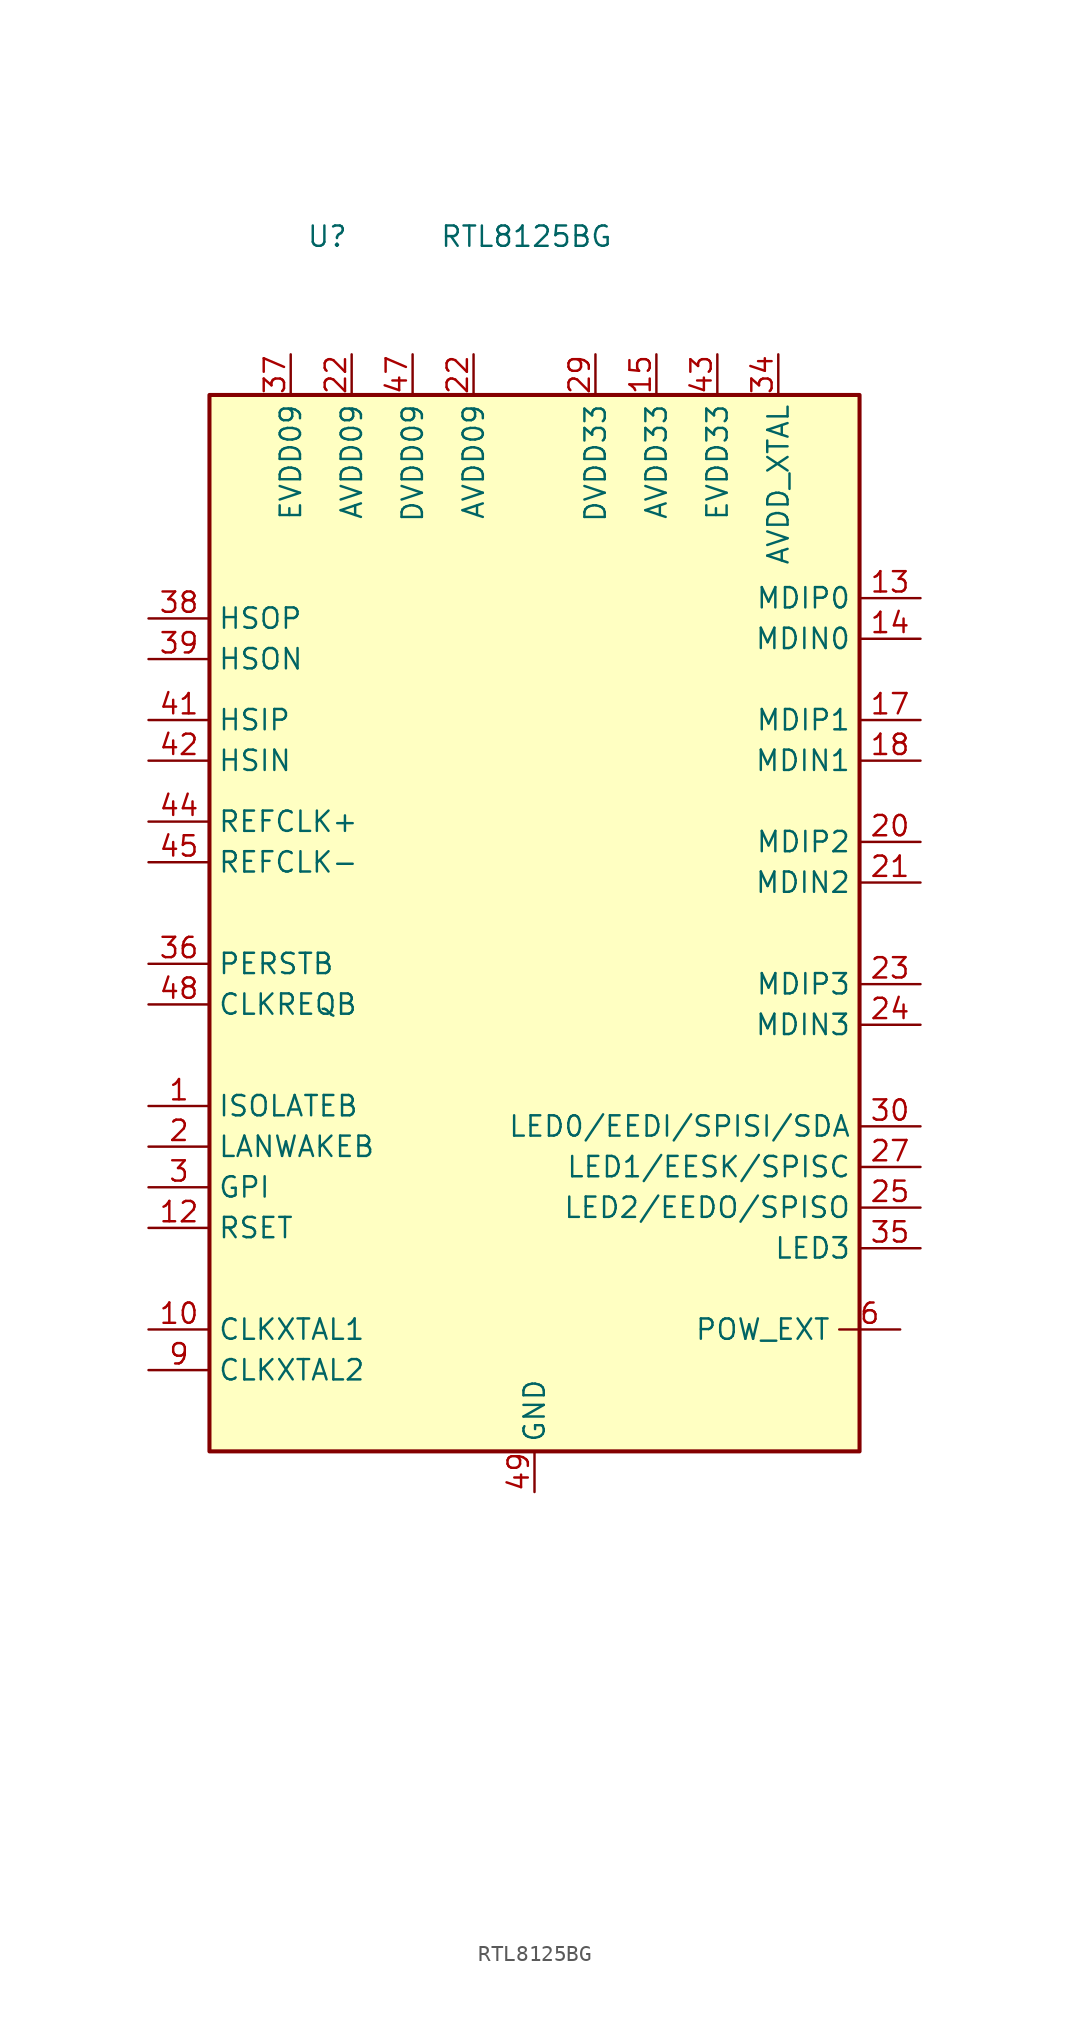
<source format=kicad_sym>
(kicad_symbol_lib
  (version 20231120)
  (generator "kicad_symbol_editor")
  (generator_version "8.0")
  (symbol "RTL8125BG"
    (property "Reference" "U"
      (at -12.954 41.656 0)
      (effects (font (size 1.27 1.27))))
    (property "Value" "RTL8125BG"
      (at -0.508 41.656 0)
      (effects (font (size 1.27 1.27))))
    (symbol "RTL8125BG_1_1"
      (text_box "\n\n" (at -20.32 31.75 0) (size 40.64 -66.04) (stroke (width 0.254) (type default)) (fill (type color) (color 255 255 194 1)) (effects (font (size 1.27 1.27)) (justify left top)))
      (pin input line (at -24.13 -12.7 0) (length 3.81) (name "ISOLATEB" (effects (font (size 1.27 1.27)))) (number "1" (effects (font (size 1.27 1.27)))))
      (pin input line (at -24.13 -26.67 0) (length 3.81) (name "CLKXTAL1" (effects (font (size 1.27 1.27)))) (number "10" (effects (font (size 1.27 1.27)))))
      (pin power_in line (at -3.81 34.29 270) (length 2.54) hide (name "AVDD09" (effects (font (size 1.27 1.27)))) (number "11" (effects (font (size 1.27 1.27)))))
      (pin input line (at -24.13 -20.32 0) (length 3.81) (name "RSET" (effects (font (size 1.27 1.27)))) (number "12" (effects (font (size 1.27 1.27)))))
      (pin output line (at 24.13 19.05 180) (length 3.81) (name "MDIP0" (effects (font (size 1.27 1.27)))) (number "13" (effects (font (size 1.27 1.27)))))
      (pin output line (at 24.13 16.51 180) (length 3.81) (name "MDIN0" (effects (font (size 1.27 1.27)))) (number "14" (effects (font (size 1.27 1.27)))))
      (pin power_in line (at 7.62 34.29 270) (length 2.54) (name "AVDD33" (effects (font (size 1.27 1.27)))) (number "15" (effects (font (size 1.27 1.27)))))
      (pin power_in line (at -3.81 34.29 270) (length 2.54) hide (name "AVDD" (effects (font (size 1.27 1.27)))) (number "16" (effects (font (size 1.27 1.27)))))
      (pin output line (at 24.13 11.43 180) (length 3.81) (name "MDIP1" (effects (font (size 1.27 1.27)))) (number "17" (effects (font (size 1.27 1.27)))))
      (pin output line (at 24.13 8.89 180) (length 3.81) (name "MDIN1" (effects (font (size 1.27 1.27)))) (number "18" (effects (font (size 1.27 1.27)))))
      (pin power_in line (at 7.62 34.29 270) (length 2.54) hide (name "AVDD33" (effects (font (size 1.27 1.27)))) (number "19" (effects (font (size 1.27 1.27)))))
      (pin input line (at -24.13 -15.24 0) (length 3.81) (name "LANWAKEB" (effects (font (size 1.27 1.27)))) (number "2" (effects (font (size 1.27 1.27)))))
      (pin output line (at 24.13 3.81 180) (length 3.81) (name "MDIP2" (effects (font (size 1.27 1.27)))) (number "20" (effects (font (size 1.27 1.27)))))
      (pin output line (at 24.13 1.27 180) (length 3.81) (name "MDIN2" (effects (font (size 1.27 1.27)))) (number "21" (effects (font (size 1.27 1.27)))))
      (pin power_in line (at -11.43 34.29 270) (length 2.54) (name "AVDD09" (effects (font (size 1.27 1.27)))) (number "22" (effects (font (size 1.27 1.27)))))
      (pin power_in line (at -3.81 34.29 270) (length 2.54) (name "AVDD09" (effects (font (size 1.27 1.27)))) (number "22" (effects (font (size 1.27 1.27)))))
      (pin output line (at 24.13 -5.08 180) (length 3.81) (name "MDIP3" (effects (font (size 1.27 1.27)))) (number "23" (effects (font (size 1.27 1.27)))))
      (pin output line (at 24.13 -7.62 180) (length 3.81) (name "MDIN3" (effects (font (size 1.27 1.27)))) (number "24" (effects (font (size 1.27 1.27)))))
      (pin output line (at 24.13 -19.05 180) (length 3.81) (name "LED2/EEDO/SPISO" (effects (font (size 1.27 1.27)))) (number "25" (effects (font (size 1.27 1.27)))))
      (pin output line (at 24.13 -16.51 180) (length 3.81) (name "LED1/EESK/SPISC" (effects (font (size 1.27 1.27)))) (number "27" (effects (font (size 1.27 1.27)))))
      (pin power_in line (at -7.62 34.29 270) (length 2.54) hide (name "DVDD09" (effects (font (size 1.27 1.27)))) (number "28" (effects (font (size 1.27 1.27)))))
      (pin power_in line (at 3.81 34.29 270) (length 2.54) (name "DVDD33" (effects (font (size 1.27 1.27)))) (number "29" (effects (font (size 1.27 1.27)))))
      (pin input line (at -24.13 -17.78 0) (length 3.81) (name "GPI" (effects (font (size 1.27 1.27)))) (number "3" (effects (font (size 1.27 1.27)))))
      (pin output line (at 24.13 -13.97 180) (length 3.81) (name "LED0/EEDI/SPISI/SDA" (effects (font (size 1.27 1.27)))) (number "30" (effects (font (size 1.27 1.27)))))
      (pin power_in line (at 7.62 34.29 270) (length 2.54) hide (name "AVDD33" (effects (font (size 1.27 1.27)))) (number "33" (effects (font (size 1.27 1.27)))))
      (pin power_in line (at 15.24 34.29 270) (length 2.54) (name "AVDD_XTAL" (effects (font (size 1.27 1.27)))) (number "34" (effects (font (size 1.27 1.27)))))
      (pin output line (at 24.13 -21.59 180) (length 3.81) (name "LED3" (effects (font (size 1.27 1.27)))) (number "35" (effects (font (size 1.27 1.27)))))
      (pin input line (at -24.13 -3.81 0) (length 3.81) (name "PERSTB" (effects (font (size 1.27 1.27)))) (number "36" (effects (font (size 1.27 1.27)))))
      (pin power_in line (at -15.24 34.29 270) (length 2.54) (name "EVDD09" (effects (font (size 1.27 1.27)))) (number "37" (effects (font (size 1.27 1.27)))))
      (pin output line (at -24.13 17.78 0) (length 3.81) (name "HSOP" (effects (font (size 1.27 1.27)))) (number "38" (effects (font (size 1.27 1.27)))))
      (pin output line (at -24.13 15.24 0) (length 3.81) (name "HSON" (effects (font (size 1.27 1.27)))) (number "39" (effects (font (size 1.27 1.27)))))
      (pin power_in line (at -1.27 -54.61 90) (length 2.54) hide (name "GND" (effects (font (size 1.27 1.27)))) (number "40" (effects (font (size 1.27 1.27)))))
      (pin input line (at -24.13 11.43 0) (length 3.81) (name "HSIP" (effects (font (size 1.27 1.27)))) (number "41" (effects (font (size 1.27 1.27)))))
      (pin input line (at -24.13 8.89 0) (length 3.81) (name "HSIN" (effects (font (size 1.27 1.27)))) (number "42" (effects (font (size 1.27 1.27)))))
      (pin power_in line (at 11.43 34.29 270) (length 2.54) (name "EVDD33" (effects (font (size 1.27 1.27)))) (number "43" (effects (font (size 1.27 1.27)))))
      (pin input line (at -24.13 5.08 0) (length 3.81) (name "REFCLK+" (effects (font (size 1.27 1.27)))) (number "44" (effects (font (size 1.27 1.27)))))
      (pin input line (at -24.13 2.54 0) (length 3.81) (name "REFCLK-" (effects (font (size 1.27 1.27)))) (number "45" (effects (font (size 1.27 1.27)))))
      (pin power_in line (at 3.81 34.29 270) (length 2.54) hide (name "DVDD33" (effects (font (size 1.27 1.27)))) (number "46" (effects (font (size 1.27 1.27)))))
      (pin power_in line (at -7.62 34.29 270) (length 2.54) (name "DVDD09" (effects (font (size 1.27 1.27)))) (number "47" (effects (font (size 1.27 1.27)))))
      (pin input line (at -24.13 -6.35 0) (length 3.81) (name "CLKREQB" (effects (font (size 1.27 1.27)))) (number "48" (effects (font (size 1.27 1.27)))))
      (pin power_in line (at 0 -36.83 90) (length 2.54) (name "GND" (effects (font (size 1.27 1.27)))) (number "49" (effects (font (size 1.27 1.27)))))
      (pin output line (at 22.86 -26.67 180) (length 3.81) (name "POW_EXT" (effects (font (size 1.27 1.27)))) (number "6" (effects (font (size 1.27 1.27)))))
      (pin power_in line (at -7.62 34.29 270) (length 2.54) hide (name "DVDD09" (effects (font (size 1.27 1.27)))) (number "8" (effects (font (size 1.27 1.27)))))
      (pin input line (at -24.13 -29.21 0) (length 3.81) (name "CLKXTAL2" (effects (font (size 1.27 1.27)))) (number "9" (effects (font (size 1.27 1.27))))))))
</source>
